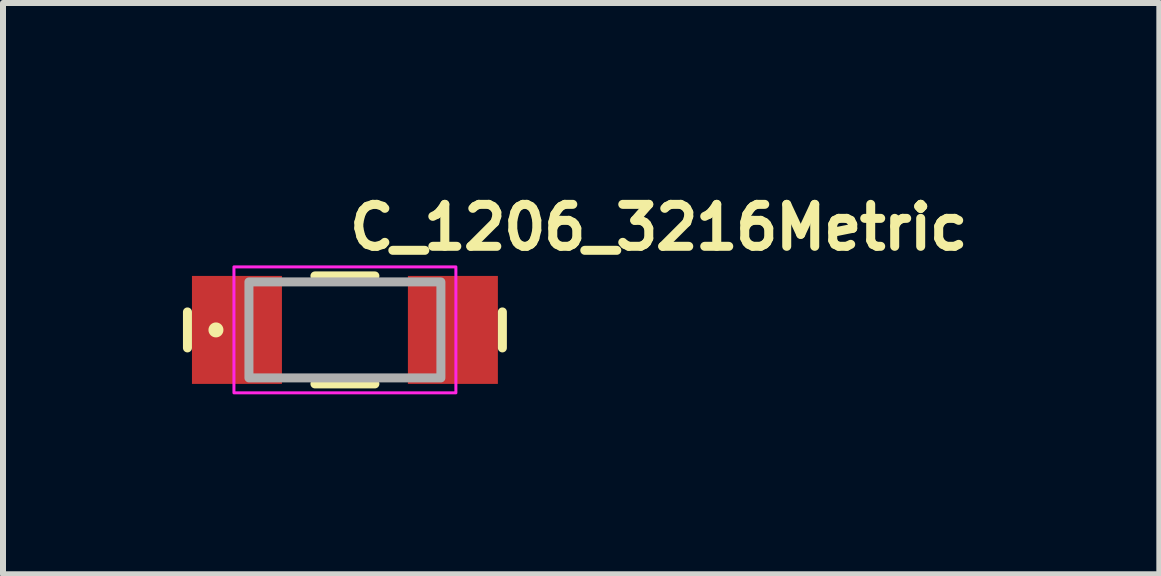
<source format=kicad_pcb>
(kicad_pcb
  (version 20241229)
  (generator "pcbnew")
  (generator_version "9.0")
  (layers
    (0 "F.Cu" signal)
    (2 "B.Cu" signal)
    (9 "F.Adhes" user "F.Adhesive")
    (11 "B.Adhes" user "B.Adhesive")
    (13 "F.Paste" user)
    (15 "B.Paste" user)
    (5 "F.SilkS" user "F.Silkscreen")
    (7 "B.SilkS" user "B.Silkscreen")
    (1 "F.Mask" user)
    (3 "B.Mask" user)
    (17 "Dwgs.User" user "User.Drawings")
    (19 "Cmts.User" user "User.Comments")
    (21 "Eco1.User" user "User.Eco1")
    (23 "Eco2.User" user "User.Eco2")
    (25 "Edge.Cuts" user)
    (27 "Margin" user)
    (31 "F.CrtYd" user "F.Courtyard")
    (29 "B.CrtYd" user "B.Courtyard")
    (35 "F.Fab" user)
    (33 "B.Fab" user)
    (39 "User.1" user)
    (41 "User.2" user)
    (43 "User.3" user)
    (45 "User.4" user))
  (footprint "C_1206_3216Metric"
    (layer "F.Cu")
    (at 2.7 2.449)
    (property "Reference" "C_1206_3216Metric" (at 0 -1.299 0) (layer "F.SilkS") (effects (font (size 0.7 0.7) (thickness 0.15)) (justify left bottom)))
    (attr smd)
    (fp_line (start -2.625 -0.299) (end -2.625 0.301) (stroke (width 0.15) (type solid)) (layer "F.SilkS"))
    (fp_line (start 0.5 -0.899) (end -0.5 -0.899) (stroke (width 0.15) (type solid)) (layer "F.SilkS"))
    (fp_line (start 0.5 0.901) (end -0.5 0.901) (stroke (width 0.15) (type solid)) (layer "F.SilkS"))
    (fp_line (start 2.625 -0.299) (end 2.625 0.301) (stroke (width 0.15) (type solid)) (layer "F.SilkS"))
    (fp_circle (center -2.15 0.001) (end -2.1 0.001) (stroke (width 0.15) (type solid)) (fill yes) (layer "F.SilkS"))
    (fp_rect (start -1.85 -1.05) (end 1.85 1.05) (stroke (width 0.05) (type solid)) (fill no) (layer "F.CrtYd"))
    (fp_rect (start -1.6 -0.799) (end 1.6 0.801) (stroke (width 0.15) (type solid)) (fill no) (layer "F.Fab"))
    (fp_rect (start -1.601 -0.801) (end 1.6 0.801) (stroke (width 0.1) (type solid)) (fill no) (layer "User.5"))
    (fp_line (start -1.601 -0.778) (end -1.601 -0.776) (stroke (width 0.02) (type solid)) (layer "User.9"))
    (fp_line (start -1.601 -0.778) (end -1.599 -0.779) (stroke (width 0.02) (type solid)) (layer "User.9"))
    (fp_line (start -1.601 -0.776) (end -1.601 -0.778) (stroke (width 0.02) (type solid)) (layer "User.9"))
    (fp_line (start -1.601 -0.776) (end -1.601 -0.775) (stroke (width 0.02) (type solid)) (layer "User.9"))
    (fp_line (start -1.601 -0.775) (end -1.601 -0.776) (stroke (width 0.02) (type solid)) (layer "User.9"))
    (fp_line (start -1.601 -0.775) (end -1.601 -0.773) (stroke (width 0.02) (type solid)) (layer "User.9"))
    (fp_line (start -1.601 -0.773) (end -1.601 -0.775) (stroke (width 0.02) (type solid)) (layer "User.9"))
    (fp_line (start -1.601 -0.773) (end -1.601 -0.772) (stroke (width 0.02) (type solid)) (layer "User.9"))
    (fp_line (start -1.601 -0.772) (end -1.601 -0.773) (stroke (width 0.02) (type solid)) (layer "User.9"))
    (fp_line (start -1.601 -0.772) (end -1.601 -0.771) (stroke (width 0.02) (type solid)) (layer "User.9"))
    (fp_line (start -1.601 -0.771) (end -1.601 -0.772) (stroke (width 0.02) (type solid)) (layer "User.9"))
    (fp_line (start -1.601 0.771) (end -1.601 -0.771) (stroke (width 0.02) (type solid)) (layer "User.9"))
    (fp_line (start -1.601 0.771) (end -1.601 0.772) (stroke (width 0.02) (type solid)) (layer "User.9"))
    (fp_line (start -1.601 0.772) (end -1.601 0.771) (stroke (width 0.02) (type solid)) (layer "User.9"))
    (fp_line (start -1.601 0.772) (end -1.601 0.773) (stroke (width 0.02) (type solid)) (layer "User.9"))
    (fp_line (start -1.601 0.773) (end -1.601 0.772) (stroke (width 0.02) (type solid)) (layer "User.9"))
    (fp_line (start -1.601 0.773) (end -1.601 0.775) (stroke (width 0.02) (type solid)) (layer "User.9"))
    (fp_line (start -1.601 0.775) (end -1.601 0.773) (stroke (width 0.02) (type solid)) (layer "User.9"))
    (fp_line (start -1.601 0.775) (end -1.601 0.776) (stroke (width 0.02) (type solid)) (layer "User.9"))
    (fp_line (start -1.601 0.776) (end -1.601 0.775) (stroke (width 0.02) (type solid)) (layer "User.9"))
    (fp_line (start -1.601 0.776) (end -1.601 0.778) (stroke (width 0.02) (type solid)) (layer "User.9"))
    (fp_line (start -1.601 0.778) (end -1.601 0.776) (stroke (width 0.02) (type solid)) (layer "User.9"))
    (fp_line (start -1.601 0.778) (end -1.599 0.779) (stroke (width 0.02) (type solid)) (layer "User.9"))
    (fp_line (start -1.599 -0.783) (end -1.599 -0.782) (stroke (width 0.02) (type solid)) (layer "User.9"))
    (fp_line (start -1.599 -0.783) (end -1.597 -0.785) (stroke (width 0.02) (type solid)) (layer "User.9"))
    (fp_line (start -1.599 -0.782) (end -1.599 -0.783) (stroke (width 0.02) (type solid)) (layer "User.9"))
    (fp_line (start -1.599 -0.782) (end -1.599 -0.781) (stroke (width 0.02) (type solid)) (layer "User.9"))
    (fp_line (start -1.599 -0.781) (end -1.599 -0.782) (stroke (width 0.02) (type solid)) (layer "User.9"))
    (fp_line (start -1.599 -0.781) (end -1.599 -0.779) (stroke (width 0.02) (type solid)) (layer "User.9"))
    (fp_line (start -1.599 -0.779) (end -1.601 -0.778) (stroke (width 0.02) (type solid)) (layer "User.9"))
    (fp_line (start -1.599 -0.779) (end -1.599 -0.781) (stroke (width 0.02) (type solid)) (layer "User.9"))
    (fp_line (start -1.599 0.779) (end -1.601 0.778) (stroke (width 0.02) (type solid)) (layer "User.9"))
    (fp_line (start -1.599 0.779) (end -1.599 0.781) (stroke (width 0.02) (type solid)) (layer "User.9"))
    (fp_line (start -1.599 0.781) (end -1.599 0.779) (stroke (width 0.02) (type solid)) (layer "User.9"))
    (fp_line (start -1.599 0.781) (end -1.599 0.782) (stroke (width 0.02) (type solid)) (layer "User.9"))
    (fp_line (start -1.599 0.782) (end -1.599 0.781) (stroke (width 0.02) (type solid)) (layer "User.9"))
    (fp_line (start -1.599 0.782) (end -1.599 0.783) (stroke (width 0.02) (type solid)) (layer "User.9"))
    (fp_line (start -1.599 0.783) (end -1.599 0.782) (stroke (width 0.02) (type solid)) (layer "User.9"))
    (fp_line (start -1.599 0.783) (end -1.597 0.785) (stroke (width 0.02) (type solid)) (layer "User.9"))
    (fp_line (start -1.597 -0.786) (end -1.597 -0.785) (stroke (width 0.02) (type solid)) (layer "User.9"))
    (fp_line (start -1.597 -0.786) (end -1.595 -0.787) (stroke (width 0.02) (type solid)) (layer "User.9"))
    (fp_line (start -1.597 -0.785) (end -1.599 -0.783) (stroke (width 0.02) (type solid)) (layer "User.9"))
    (fp_line (start -1.597 -0.785) (end -1.597 -0.786) (stroke (width 0.02) (type solid)) (layer "User.9"))
    (fp_line (start -1.597 0.785) (end -1.599 0.783) (stroke (width 0.02) (type solid)) (layer "User.9"))
    (fp_line (start -1.597 0.785) (end -1.597 0.786) (stroke (width 0.02) (type solid)) (layer "User.9"))
    (fp_line (start -1.597 0.786) (end -1.597 0.785) (stroke (width 0.02) (type solid)) (layer "User.9"))
    (fp_line (start -1.597 0.786) (end -1.595 0.787) (stroke (width 0.02) (type solid)) (layer "User.9"))
    (fp_line (start -1.595 -0.79) (end -1.595 -0.788) (stroke (width 0.02) (type solid)) (layer "User.9"))
    (fp_line (start -1.595 -0.79) (end -1.593 -0.791) (stroke (width 0.02) (type solid)) (layer "User.9"))
    (fp_line (start -1.595 -0.788) (end -1.595 -0.79) (stroke (width 0.02) (type solid)) (layer "User.9"))
    (fp_line (start -1.595 -0.788) (end -1.595 -0.787) (stroke (width 0.02) (type solid)) (layer "User.9"))
    (fp_line (start -1.595 -0.787) (end -1.597 -0.786) (stroke (width 0.02) (type solid)) (layer "User.9"))
    (fp_line (start -1.595 -0.787) (end -1.595 -0.788) (stroke (width 0.02) (type solid)) (layer "User.9"))
    (fp_line (start -1.595 0.787) (end -1.597 0.786) (stroke (width 0.02) (type solid)) (layer "User.9"))
    (fp_line (start -1.595 0.787) (end -1.595 0.788) (stroke (width 0.02) (type solid)) (layer "User.9"))
    (fp_line (start -1.595 0.788) (end -1.595 0.787) (stroke (width 0.02) (type solid)) (layer "User.9"))
    (fp_line (start -1.595 0.788) (end -1.595 0.79) (stroke (width 0.02) (type solid)) (layer "User.9"))
    (fp_line (start -1.595 0.79) (end -1.595 0.788) (stroke (width 0.02) (type solid)) (layer "User.9"))
    (fp_line (start -1.595 0.79) (end -1.593 0.791) (stroke (width 0.02) (type solid)) (layer "User.9"))
    (fp_line (start -1.593 -0.792) (end -1.593 -0.792) (stroke (width 0.02) (type solid)) (layer "User.9"))
    (fp_line (start -1.593 -0.792) (end -1.593 -0.792) (stroke (width 0.02) (type solid)) (layer "User.9"))
    (fp_line (start -1.593 -0.792) (end -1.593 -0.791) (stroke (width 0.02) (type solid)) (layer "User.9"))
    (fp_line (start -1.593 -0.792) (end -1.591 -0.793) (stroke (width 0.02) (type solid)) (layer "User.9"))
    (fp_line (start -1.593 -0.791) (end -1.595 -0.79) (stroke (width 0.02) (type solid)) (layer "User.9"))
    (fp_line (start -1.593 -0.791) (end -1.593 -0.792) (stroke (width 0.02) (type solid)) (layer "User.9"))
    (fp_line (start -1.593 0.791) (end -1.595 0.79) (stroke (width 0.02) (type solid)) (layer "User.9"))
    (fp_line (start -1.593 0.791) (end -1.593 0.792) (stroke (width 0.02) (type solid)) (layer "User.9"))
    (fp_line (start -1.593 0.792) (end -1.593 0.791) (stroke (width 0.02) (type solid)) (layer "User.9"))
    (fp_line (start -1.593 0.792) (end -1.593 0.792) (stroke (width 0.02) (type solid)) (layer "User.9"))
    (fp_line (start -1.593 0.792) (end -1.593 0.792) (stroke (width 0.02) (type solid)) (layer "User.9"))
    (fp_line (start -1.593 0.792) (end -1.591 0.793) (stroke (width 0.02) (type solid)) (layer "User.9"))
    (fp_line (start -1.591 -0.794) (end -1.591 -0.793) (stroke (width 0.02) (type solid)) (layer "User.9"))
    (fp_line (start -1.591 -0.794) (end -1.589 -0.795) (stroke (width 0.02) (type solid)) (layer "User.9"))
    (fp_line (start -1.591 -0.793) (end -1.593 -0.792) (stroke (width 0.02) (type solid)) (layer "User.9"))
    (fp_line (start -1.591 -0.793) (end -1.591 -0.794) (stroke (width 0.02) (type solid)) (layer "User.9"))
    (fp_line (start -1.591 0.793) (end -1.593 0.792) (stroke (width 0.02) (type solid)) (layer "User.9"))
    (fp_line (start -1.591 0.793) (end -1.591 0.794) (stroke (width 0.02) (type solid)) (layer "User.9"))
    (fp_line (start -1.591 0.794) (end -1.591 0.793) (stroke (width 0.02) (type solid)) (layer "User.9"))
    (fp_line (start -1.591 0.794) (end -1.589 0.795) (stroke (width 0.02) (type solid)) (layer "User.9"))
    (fp_line (start -1.589 -0.795) (end -1.591 -0.794) (stroke (width 0.02) (type solid)) (layer "User.9"))
    (fp_line (start -1.589 -0.795) (end -1.587 -0.795) (stroke (width 0.02) (type solid)) (layer "User.9"))
    (fp_line (start -1.589 0.795) (end -1.591 0.794) (stroke (width 0.02) (type solid)) (layer "User.9"))
    (fp_line (start -1.589 0.795) (end -1.587 0.795) (stroke (width 0.02) (type solid)) (layer "User.9"))
    (fp_line (start -1.587 -0.796) (end -1.587 -0.795) (stroke (width 0.02) (type solid)) (layer "User.9"))
    (fp_line (start -1.587 -0.796) (end -1.585 -0.797) (stroke (width 0.02) (type solid)) (layer "User.9"))
    (fp_line (start -1.587 -0.795) (end -1.589 -0.795) (stroke (width 0.02) (type solid)) (layer "User.9"))
    (fp_line (start -1.587 -0.795) (end -1.587 -0.796) (stroke (width 0.02) (type solid)) (layer "User.9"))
    (fp_line (start -1.587 0.795) (end -1.589 0.795) (stroke (width 0.02) (type solid)) (layer "User.9"))
    (fp_line (start -1.587 0.795) (end -1.587 0.796) (stroke (width 0.02) (type solid)) (layer "User.9"))
    (fp_line (start -1.587 0.796) (end -1.587 0.795) (stroke (width 0.02) (type solid)) (layer "User.9"))
    (fp_line (start -1.587 0.796) (end -1.585 0.797) (stroke (width 0.02) (type solid)) (layer "User.9"))
    (fp_line (start -1.585 -0.797) (end -1.587 -0.796) (stroke (width 0.02) (type solid)) (layer "User.9"))
    (fp_line (start -1.585 -0.797) (end -1.583 -0.798) (stroke (width 0.02) (type solid)) (layer "User.9"))
    (fp_line (start -1.585 0.797) (end -1.587 0.796) (stroke (width 0.02) (type solid)) (layer "User.9"))
    (fp_line (start -1.585 0.797) (end -1.583 0.798) (stroke (width 0.02) (type solid)) (layer "User.9"))
    (fp_line (start -1.583 -0.798) (end -1.585 -0.797) (stroke (width 0.02) (type solid)) (layer "User.9"))
    (fp_line (start -1.583 -0.798) (end -1.583 -0.798) (stroke (width 0.02) (type solid)) (layer "User.9"))
    (fp_line (start -1.583 -0.798) (end -1.583 -0.798) (stroke (width 0.02) (type solid)) (layer "User.9"))
    (fp_line (start -1.583 -0.798) (end -1.581 -0.799) (stroke (width 0.02) (type solid)) (layer "User.9"))
    (fp_line (start -1.583 0.798) (end -1.585 0.797) (stroke (width 0.02) (type solid)) (layer "User.9"))
    (fp_line (start -1.583 0.798) (end -1.583 0.798) (stroke (width 0.02) (type solid)) (layer "User.9"))
    (fp_line (start -1.583 0.798) (end -1.583 0.798) (stroke (width 0.02) (type solid)) (layer "User.9"))
    (fp_line (start -1.583 0.798) (end -1.581 0.799) (stroke (width 0.02) (type solid)) (layer "User.9"))
    (fp_line (start -1.581 -0.799) (end -1.583 -0.798) (stroke (width 0.02) (type solid)) (layer "User.9"))
    (fp_line (start -1.581 -0.799) (end -1.579 -0.799) (stroke (width 0.02) (type solid)) (layer "User.9"))
    (fp_line (start -1.581 0.799) (end -1.583 0.798) (stroke (width 0.02) (type solid)) (layer "User.9"))
    (fp_line (start -1.581 0.799) (end -1.579 0.799) (stroke (width 0.02) (type solid)) (layer "User.9"))
    (fp_line (start -1.579 -0.8) (end -1.579 -0.799) (stroke (width 0.02) (type solid)) (layer "User.9"))
    (fp_line (start -1.579 -0.8) (end -1.577 -0.8) (stroke (width 0.02) (type solid)) (layer "User.9"))
    (fp_line (start -1.579 -0.799) (end -1.581 -0.799) (stroke (width 0.02) (type solid)) (layer "User.9"))
    (fp_line (start -1.579 -0.799) (end -1.579 -0.8) (stroke (width 0.02) (type solid)) (layer "User.9"))
    (fp_line (start -1.579 0.799) (end -1.581 0.799) (stroke (width 0.02) (type solid)) (layer "User.9"))
    (fp_line (start -1.579 0.799) (end -1.579 0.8) (stroke (width 0.02) (type solid)) (layer "User.9"))
    (fp_line (start -1.579 0.8) (end -1.579 0.799) (stroke (width 0.02) (type solid)) (layer "User.9"))
    (fp_line (start -1.579 0.8) (end -1.577 0.8) (stroke (width 0.02) (type solid)) (layer "User.9"))
    (fp_line (start -1.577 -0.8) (end -1.579 -0.8) (stroke (width 0.02) (type solid)) (layer "User.9"))
    (fp_line (start -1.577 -0.8) (end -1.575 -0.8) (stroke (width 0.02) (type solid)) (layer "User.9"))
    (fp_line (start -1.577 0.8) (end -1.579 0.8) (stroke (width 0.02) (type solid)) (layer "User.9"))
    (fp_line (start -1.577 0.8) (end -1.575 0.8) (stroke (width 0.02) (type solid)) (layer "User.9"))
    (fp_line (start -1.575 -0.8) (end -1.577 -0.8) (stroke (width 0.02) (type solid)) (layer "User.9"))
    (fp_line (start -1.575 -0.8) (end -1.573 -0.8) (stroke (width 0.02) (type solid)) (layer "User.9"))
    (fp_line (start -1.575 0.8) (end -1.577 0.8) (stroke (width 0.02) (type solid)) (layer "User.9"))
    (fp_line (start -1.575 0.8) (end -1.573 0.8) (stroke (width 0.02) (type solid)) (layer "User.9"))
    (fp_line (start -1.573 -0.8) (end -1.575 -0.8) (stroke (width 0.02) (type solid)) (layer "User.9"))
    (fp_line (start -1.573 -0.8) (end -1.573 -0.8) (stroke (width 0.02) (type solid)) (layer "User.9"))
    (fp_line (start -1.573 -0.8) (end -1.573 -0.8) (stroke (width 0.02) (type solid)) (layer "User.9"))
    (fp_line (start -1.573 -0.8) (end -1.571 -0.801) (stroke (width 0.02) (type solid)) (layer "User.9"))
    (fp_line (start -1.573 0.8) (end -1.575 0.8) (stroke (width 0.02) (type solid)) (layer "User.9"))
    (fp_line (start -1.573 0.8) (end -1.573 0.8) (stroke (width 0.02) (type solid)) (layer "User.9"))
    (fp_line (start -1.573 0.8) (end -1.573 0.8) (stroke (width 0.02) (type solid)) (layer "User.9"))
    (fp_line (start -1.573 0.8) (end -1.571 0.801) (stroke (width 0.02) (type solid)) (layer "User.9"))
    (fp_line (start -1.571 -0.801) (end -1.573 -0.8) (stroke (width 0.02) (type solid)) (layer "User.9"))
    (fp_line (start -1.571 -0.801) (end -1.101 -0.801) (stroke (width 0.02) (type solid)) (layer "User.9"))
    (fp_line (start -1.571 0.801) (end -1.573 0.8) (stroke (width 0.02) (type solid)) (layer "User.9"))
    (fp_line (start -1.101 -0.801) (end -1.101 -0.771) (stroke (width 0.02) (type solid)) (layer "User.9"))
    (fp_line (start -1.101 -0.771) (end 1.1 -0.771) (stroke (width 0.02) (type solid)) (layer "User.9"))
    (fp_line (start -1.101 0.771) (end -1.101 -0.771) (stroke (width 0.02) (type solid)) (layer "User.9"))
    (fp_line (start -1.101 0.771) (end -1.101 0.801) (stroke (width 0.02) (type solid)) (layer "User.9"))
    (fp_line (start -1.101 0.801) (end -1.571 0.801) (stroke (width 0.02) (type solid)) (layer "User.9"))
    (fp_line (start 1.1 -0.801) (end 1.57 -0.801) (stroke (width 0.02) (type solid)) (layer "User.9"))
    (fp_line (start 1.1 -0.771) (end 1.1 -0.801) (stroke (width 0.02) (type solid)) (layer "User.9"))
    (fp_line (start 1.1 -0.771) (end 1.1 0.771) (stroke (width 0.02) (type solid)) (layer "User.9"))
    (fp_line (start 1.1 0.771) (end -1.101 0.771) (stroke (width 0.02) (type solid)) (layer "User.9"))
    (fp_line (start 1.1 0.801) (end 1.1 0.771) (stroke (width 0.02) (type solid)) (layer "User.9"))
    (fp_line (start 1.57 -0.8) (end 1.57 -0.801) (stroke (width 0.02) (type solid)) (layer "User.9"))
    (fp_line (start 1.57 0.8) (end 1.57 0.801) (stroke (width 0.02) (type solid)) (layer "User.9"))
    (fp_line (start 1.57 0.801) (end 1.1 0.801) (stroke (width 0.02) (type solid)) (layer "User.9"))
    (fp_line (start 1.572 -0.8) (end 1.57 -0.8) (stroke (width 0.02) (type solid)) (layer "User.9"))
    (fp_line (start 1.572 0.8) (end 1.57 0.8) (stroke (width 0.02) (type solid)) (layer "User.9"))
    (fp_line (start 1.574 -0.8) (end 1.572 -0.8) (stroke (width 0.02) (type solid)) (layer "User.9"))
    (fp_line (start 1.574 -0.8) (end 1.574 -0.8) (stroke (width 0.02) (type solid)) (layer "User.9"))
    (fp_line (start 1.574 0.8) (end 1.572 0.8) (stroke (width 0.02) (type solid)) (layer "User.9"))
    (fp_line (start 1.574 0.8) (end 1.574 0.8) (stroke (width 0.02) (type solid)) (layer "User.9"))
    (fp_line (start 1.576 -0.8) (end 1.574 -0.8) (stroke (width 0.02) (type solid)) (layer "User.9"))
    (fp_line (start 1.576 0.8) (end 1.574 0.8) (stroke (width 0.02) (type solid)) (layer "User.9"))
    (fp_line (start 1.578 -0.799) (end 1.576 -0.8) (stroke (width 0.02) (type solid)) (layer "User.9"))
    (fp_line (start 1.578 0.799) (end 1.576 0.8) (stroke (width 0.02) (type solid)) (layer "User.9"))
    (fp_line (start 1.58 -0.799) (end 1.578 -0.799) (stroke (width 0.02) (type solid)) (layer "User.9"))
    (fp_line (start 1.58 -0.798) (end 1.58 -0.799) (stroke (width 0.02) (type solid)) (layer "User.9"))
    (fp_line (start 1.58 0.798) (end 1.58 0.799) (stroke (width 0.02) (type solid)) (layer "User.9"))
    (fp_line (start 1.58 0.799) (end 1.578 0.799) (stroke (width 0.02) (type solid)) (layer "User.9"))
    (fp_line (start 1.582 -0.798) (end 1.58 -0.798) (stroke (width 0.02) (type solid)) (layer "User.9"))
    (fp_line (start 1.582 0.798) (end 1.58 0.798) (stroke (width 0.02) (type solid)) (layer "User.9"))
    (fp_line (start 1.584 -0.797) (end 1.582 -0.798) (stroke (width 0.02) (type solid)) (layer "User.9"))
    (fp_line (start 1.584 -0.796) (end 1.584 -0.797) (stroke (width 0.02) (type solid)) (layer "User.9"))
    (fp_line (start 1.584 0.796) (end 1.584 0.797) (stroke (width 0.02) (type solid)) (layer "User.9"))
    (fp_line (start 1.584 0.797) (end 1.582 0.798) (stroke (width 0.02) (type solid)) (layer "User.9"))
    (fp_line (start 1.586 -0.795) (end 1.584 -0.796) (stroke (width 0.02) (type solid)) (layer "User.9"))
    (fp_line (start 1.586 -0.795) (end 1.586 -0.795) (stroke (width 0.02) (type solid)) (layer "User.9"))
    (fp_line (start 1.586 0.795) (end 1.584 0.796) (stroke (width 0.02) (type solid)) (layer "User.9"))
    (fp_line (start 1.586 0.795) (end 1.586 0.795) (stroke (width 0.02) (type solid)) (layer "User.9"))
    (fp_line (start 1.588 -0.794) (end 1.586 -0.795) (stroke (width 0.02) (type solid)) (layer "User.9"))
    (fp_line (start 1.588 0.794) (end 1.586 0.795) (stroke (width 0.02) (type solid)) (layer "User.9"))
    (fp_line (start 1.59 -0.793) (end 1.588 -0.794) (stroke (width 0.02) (type solid)) (layer "User.9"))
    (fp_line (start 1.59 -0.792) (end 1.59 -0.793) (stroke (width 0.02) (type solid)) (layer "User.9"))
    (fp_line (start 1.59 -0.792) (end 1.59 -0.792) (stroke (width 0.02) (type solid)) (layer "User.9"))
    (fp_line (start 1.59 0.792) (end 1.59 0.792) (stroke (width 0.02) (type solid)) (layer "User.9"))
    (fp_line (start 1.59 0.792) (end 1.59 0.793) (stroke (width 0.02) (type solid)) (layer "User.9"))
    (fp_line (start 1.59 0.793) (end 1.588 0.794) (stroke (width 0.02) (type solid)) (layer "User.9"))
    (fp_line (start 1.592 -0.791) (end 1.59 -0.792) (stroke (width 0.02) (type solid)) (layer "User.9"))
    (fp_line (start 1.592 -0.79) (end 1.592 -0.791) (stroke (width 0.02) (type solid)) (layer "User.9"))
    (fp_line (start 1.592 0.79) (end 1.592 0.791) (stroke (width 0.02) (type solid)) (layer "User.9"))
    (fp_line (start 1.592 0.791) (end 1.59 0.792) (stroke (width 0.02) (type solid)) (layer "User.9"))
    (fp_line (start 1.594 -0.788) (end 1.592 -0.79) (stroke (width 0.02) (type solid)) (layer "User.9"))
    (fp_line (start 1.594 -0.787) (end 1.594 -0.788) (stroke (width 0.02) (type solid)) (layer "User.9"))
    (fp_line (start 1.594 -0.786) (end 1.594 -0.787) (stroke (width 0.02) (type solid)) (layer "User.9"))
    (fp_line (start 1.594 0.786) (end 1.594 0.787) (stroke (width 0.02) (type solid)) (layer "User.9"))
    (fp_line (start 1.594 0.787) (end 1.594 0.788) (stroke (width 0.02) (type solid)) (layer "User.9"))
    (fp_line (start 1.594 0.788) (end 1.592 0.79) (stroke (width 0.02) (type solid)) (layer "User.9"))
    (fp_line (start 1.596 -0.785) (end 1.594 -0.786) (stroke (width 0.02) (type solid)) (layer "User.9"))
    (fp_line (start 1.596 -0.783) (end 1.596 -0.785) (stroke (width 0.02) (type solid)) (layer "User.9"))
    (fp_line (start 1.596 -0.782) (end 1.596 -0.783) (stroke (width 0.02) (type solid)) (layer "User.9"))
    (fp_line (start 1.596 0.782) (end 1.596 0.783) (stroke (width 0.02) (type solid)) (layer "User.9"))
    (fp_line (start 1.596 0.783) (end 1.596 0.785) (stroke (width 0.02) (type solid)) (layer "User.9"))
    (fp_line (start 1.596 0.785) (end 1.594 0.786) (stroke (width 0.02) (type solid)) (layer "User.9"))
    (fp_line (start 1.598 -0.781) (end 1.596 -0.782) (stroke (width 0.02) (type solid)) (layer "User.9"))
    (fp_line (start 1.598 -0.779) (end 1.598 -0.781) (stroke (width 0.02) (type solid)) (layer "User.9"))
    (fp_line (start 1.598 -0.778) (end 1.598 -0.779) (stroke (width 0.02) (type solid)) (layer "User.9"))
    (fp_line (start 1.598 -0.776) (end 1.598 -0.778) (stroke (width 0.02) (type solid)) (layer "User.9"))
    (fp_line (start 1.598 -0.775) (end 1.598 -0.776) (stroke (width 0.02) (type solid)) (layer "User.9"))
    (fp_line (start 1.598 -0.773) (end 1.598 -0.775) (stroke (width 0.02) (type solid)) (layer "User.9"))
    (fp_line (start 1.598 -0.772) (end 1.598 -0.773) (stroke (width 0.02) (type solid)) (layer "User.9"))
    (fp_line (start 1.598 0.772) (end 1.598 0.773) (stroke (width 0.02) (type solid)) (layer "User.9"))
    (fp_line (start 1.598 0.773) (end 1.598 0.775) (stroke (width 0.02) (type solid)) (layer "User.9"))
    (fp_line (start 1.598 0.775) (end 1.598 0.776) (stroke (width 0.02) (type solid)) (layer "User.9"))
    (fp_line (start 1.598 0.776) (end 1.598 0.778) (stroke (width 0.02) (type solid)) (layer "User.9"))
    (fp_line (start 1.598 0.778) (end 1.598 0.779) (stroke (width 0.02) (type solid)) (layer "User.9"))
    (fp_line (start 1.598 0.779) (end 1.598 0.781) (stroke (width 0.02) (type solid)) (layer "User.9"))
    (fp_line (start 1.598 0.781) (end 1.596 0.782) (stroke (width 0.02) (type solid)) (layer "User.9"))
    (fp_line (start 1.6 -0.771) (end 1.598 -0.772) (stroke (width 0.02) (type solid)) (layer "User.9"))
    (fp_line (start 1.6 -0.771) (end 1.6 0.771) (stroke (width 0.02) (type solid)) (layer "User.9"))
    (fp_line (start 1.6 0.771) (end 1.598 0.772) (stroke (width 0.02) (type solid)) (layer "User.9"))
    (pad "1" smd rect (at -1.8 0.001) (size 1.5 1.8) (layers "F.Cu" "F.Mask" "F.Paste"))
    (pad "2" smd rect (at 1.8 0.001) (size 1.5 1.8) (layers "F.Cu" "F.Mask" "F.Paste")))
  (gr_rect
    (start -3 -3)
    (end 16.277 6.524)
    (stroke (width 0.1) (type default))
    (fill no)
    (layer "Edge.Cuts")))
</source>
